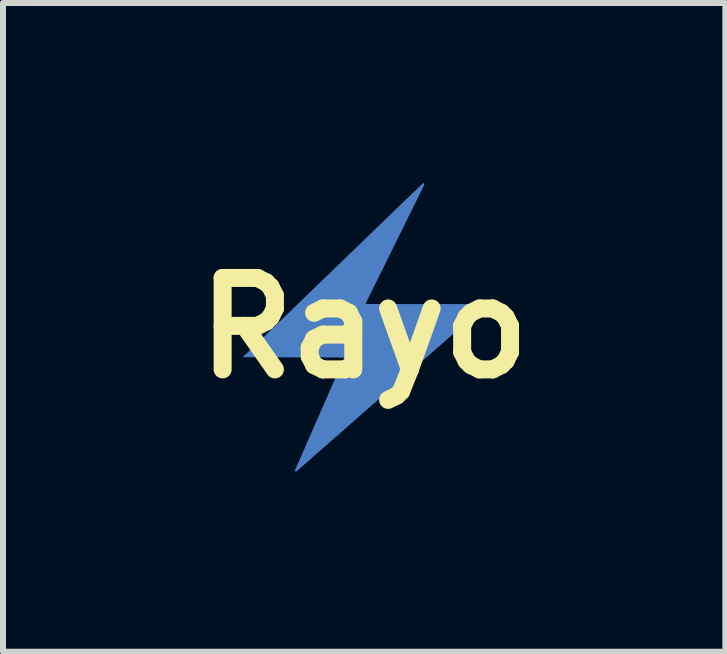
<source format=kicad_pcb>
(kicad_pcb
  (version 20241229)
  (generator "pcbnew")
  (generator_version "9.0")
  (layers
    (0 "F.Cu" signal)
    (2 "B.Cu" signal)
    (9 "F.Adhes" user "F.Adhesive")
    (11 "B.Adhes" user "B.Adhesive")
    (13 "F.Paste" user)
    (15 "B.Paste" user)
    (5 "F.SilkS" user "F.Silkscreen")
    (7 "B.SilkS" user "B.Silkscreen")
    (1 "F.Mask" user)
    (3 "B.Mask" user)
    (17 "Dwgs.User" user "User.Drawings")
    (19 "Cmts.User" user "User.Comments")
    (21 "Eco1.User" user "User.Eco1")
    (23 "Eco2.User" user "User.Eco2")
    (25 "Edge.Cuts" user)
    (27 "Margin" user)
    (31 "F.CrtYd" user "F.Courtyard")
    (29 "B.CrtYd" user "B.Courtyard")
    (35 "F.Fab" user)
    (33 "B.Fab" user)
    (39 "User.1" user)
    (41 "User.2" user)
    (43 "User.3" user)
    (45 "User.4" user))
  (footprint "Rayo"
    (layer "F.Cu")
    (at 3.019 2.417)
    (property "Reference" "Rayo" (at 0 0 0) (layer "F.SilkS") (effects (font (size 1.524 1.524) (thickness 0.3))))
    (attr board_only exclude_from_pos_files exclude_from_bom)
    (fp_poly (pts (xy 0.997 -2.413) (xy 1.001 -2.41) (xy 1.004 -2.405) (xy 1.001 -2.393) (xy 0.994 -2.374) (xy 0.981 -2.347) (xy 0.971 -2.326) (xy 0.954 -2.29) (xy 0.934 -2.251) (xy 0.915 -2.212) (xy 0.899 -2.179) (xy 0.899 -2.178) (xy 0.886 -2.152) (xy 0.87 -2.119) (xy 0.851 -2.08) (xy 0.83 -2.038) (xy 0.809 -1.996) (xy 0.799 -1.975) (xy 0.777 -1.931) (xy 0.751 -1.88) (xy 0.724 -1.825) (xy 0.697 -1.77) (xy 0.672 -1.718) (xy 0.659 -1.692) (xy 0.645 -1.665) (xy 0.627 -1.628) (xy 0.605 -1.583) (xy 0.579 -1.531) (xy 0.55 -1.472) (xy 0.518 -1.407) (xy 0.484 -1.338) (xy 0.448 -1.266) (xy 0.411 -1.19) (xy 0.373 -1.113) (xy 0.335 -1.036) (xy 0.323 -1.011) (xy 0.277 -0.919) (xy 0.236 -0.836) (xy 0.2 -0.763) (xy 0.168 -0.698) (xy 0.141 -0.642) (xy 0.117 -0.593) (xy 0.096 -0.552) (xy 0.079 -0.517) (xy 0.065 -0.488) (xy 0.053 -0.464) (xy 0.044 -0.446) (xy 0.037 -0.431) (xy 0.032 -0.42) (xy 0.028 -0.413) (xy 0.026 -0.407) (xy 0.024 -0.404) (xy 0.024 -0.403) (xy 0.023 -0.402) (xy 0.023 -0.402) (xy 0.031 -0.402) (xy 0.053 -0.401) (xy 0.089 -0.401) (xy 0.138 -0.401) (xy 0.199 -0.401) (xy 0.271 -0.401) (xy 0.352 -0.4) (xy 0.443 -0.4) (xy 0.542 -0.4) (xy 0.649 -0.4) (xy 0.762 -0.4) (xy 0.881 -0.4) (xy 1.004 -0.4) (xy 1.035 -0.4) (xy 1.159 -0.4) (xy 1.278 -0.4) (xy 1.393 -0.4) (xy 1.501 -0.4) (xy 1.602 -0.4) (xy 1.695 -0.399) (xy 1.779 -0.399) (xy 1.854 -0.399) (xy 1.917 -0.399) (xy 1.969 -0.398) (xy 2.008 -0.398) (xy 2.034 -0.398) (xy 2.046 -0.397) (xy 2.046 -0.397) (xy 2.041 -0.393) (xy 2.028 -0.38) (xy 2.006 -0.361) (xy 1.978 -0.335) (xy 1.943 -0.305) (xy 1.904 -0.27) (xy 1.861 -0.232) (xy 1.823 -0.199) (xy 1.771 -0.153) (xy 1.711 -0.101) (xy 1.646 -0.044) (xy 1.578 0.016) (xy 1.509 0.077) (xy 1.441 0.136) (xy 1.376 0.193) (xy 1.33 0.233) (xy 1.278 0.279) (xy 1.218 0.332) (xy 1.152 0.39) (xy 1.08 0.453) (xy 1.005 0.518) (xy 0.929 0.585) (xy 0.853 0.652) (xy 0.778 0.718) (xy 0.707 0.78) (xy 0.681 0.803) (xy 0.583 0.889) (xy 0.493 0.967) (xy 0.412 1.039) (xy 0.337 1.105) (xy 0.267 1.165) (xy 0.203 1.222) (xy 0.142 1.275) (xy 0.083 1.327) (xy 0.027 1.377) (xy -0.03 1.426) (xy -0.087 1.476) (xy -0.145 1.527) (xy -0.168 1.547) (xy -0.218 1.591) (xy -0.263 1.63) (xy -0.302 1.665) (xy -0.338 1.696) (xy -0.371 1.725) (xy -0.402 1.753) (xy -0.433 1.78) (xy -0.465 1.808) (xy -0.499 1.838) (xy -0.537 1.871) (xy -0.578 1.907) (xy -0.625 1.948) (xy -0.678 1.995) (xy -0.74 2.049) (xy -0.794 2.096) (xy -0.85 2.146) (xy -0.904 2.193) (xy -0.954 2.237) (xy -1 2.277) (xy -1.041 2.312) (xy -1.075 2.342) (xy -1.102 2.366) (xy -1.122 2.383) (xy -1.134 2.392) (xy -1.136 2.394) (xy -1.145 2.391) (xy -1.149 2.388) (xy -1.154 2.378) (xy -1.151 2.367) (xy -1.147 2.357) (xy -1.139 2.339) (xy -1.128 2.314) (xy -1.115 2.285) (xy -1.105 2.261) (xy -1.09 2.227) (xy -1.075 2.193) (xy -1.062 2.163) (xy -1.051 2.138) (xy -1.047 2.128) (xy -1.039 2.11) (xy -1.03 2.09) (xy -1.02 2.067) (xy -1.009 2.04) (xy -0.995 2.009) (xy -0.979 1.973) (xy -0.961 1.931) (xy -0.94 1.883) (xy -0.915 1.827) (xy -0.887 1.764) (xy -0.856 1.692) (xy -0.82 1.611) (xy -0.78 1.52) (xy -0.778 1.514) (xy -0.749 1.448) (xy -0.721 1.384) (xy -0.694 1.323) (xy -0.669 1.266) (xy -0.646 1.214) (xy -0.626 1.168) (xy -0.609 1.129) (xy -0.596 1.098) (xy -0.586 1.075) (xy -0.58 1.062) (xy -0.58 1.061) (xy -0.571 1.04) (xy -0.558 1.012) (xy -0.544 0.98) (xy -0.53 0.947) (xy -0.526 0.939) (xy -0.486 0.848) (xy -0.451 0.768) (xy -0.421 0.698) (xy -0.395 0.639) (xy -0.374 0.589) (xy -0.357 0.551) (xy -0.345 0.522) (xy -0.338 0.504) (xy -0.335 0.495) (xy -0.335 0.495) (xy -0.34 0.494) (xy -0.358 0.493) (xy -0.388 0.492) (xy -0.43 0.491) (xy -0.485 0.49) (xy -0.554 0.49) (xy -0.636 0.489) (xy -0.732 0.489) (xy -0.842 0.488) (xy -0.967 0.488) (xy -1.107 0.488) (xy -1.179 0.488) (xy -2.024 0.486) (xy -1.862 0.33) (xy -1.814 0.283) (xy -1.76 0.231) (xy -1.702 0.175) (xy -1.644 0.12) (xy -1.59 0.067) (xy -1.541 0.02) (xy -1.537 0.016) (xy -1.5 -0.02) (xy -1.456 -0.063) (xy -1.405 -0.111) (xy -1.35 -0.164) (xy -1.292 -0.22) (xy -1.233 -0.277) (xy -1.175 -0.334) (xy -1.118 -0.389) (xy -1.101 -0.406) (xy -1.04 -0.464) (xy -0.976 -0.526) (xy -0.907 -0.592) (xy -0.836 -0.661) (xy -0.762 -0.733) (xy -0.687 -0.806) (xy -0.61 -0.88) (xy -0.533 -0.954) (xy -0.457 -1.028) (xy -0.381 -1.101) (xy -0.307 -1.172) (xy -0.236 -1.241) (xy -0.167 -1.308) (xy -0.103 -1.37) (xy -0.042 -1.428) (xy 0.013 -1.482) (xy 0.062 -1.529) (xy 0.105 -1.571) (xy 0.141 -1.605) (xy 0.169 -1.632) (xy 0.189 -1.651) (xy 0.19 -1.653) (xy 0.209 -1.671) (xy 0.236 -1.697) (xy 0.271 -1.731) (xy 0.312 -1.77) (xy 0.358 -1.815) (xy 0.409 -1.864) (xy 0.463 -1.916) (xy 0.52 -1.971) (xy 0.578 -2.027) (xy 0.629 -2.076) (xy 0.685 -2.131) (xy 0.739 -2.182) (xy 0.789 -2.231) (xy 0.836 -2.275) (xy 0.877 -2.314) (xy 0.913 -2.348) (xy 0.942 -2.376) (xy 0.965 -2.397) (xy 0.98 -2.411) (xy 0.987 -2.417) (xy 0.987 -2.417)) (stroke (width 0) (type solid)) (fill yes) (layer "B.Cu")))
  (gr_rect
    (start -3 -3)
    (end 9.038 7.811)
    (stroke (width 0.1) (type default))
    (fill no)
    (layer "Edge.Cuts")))
</source>
